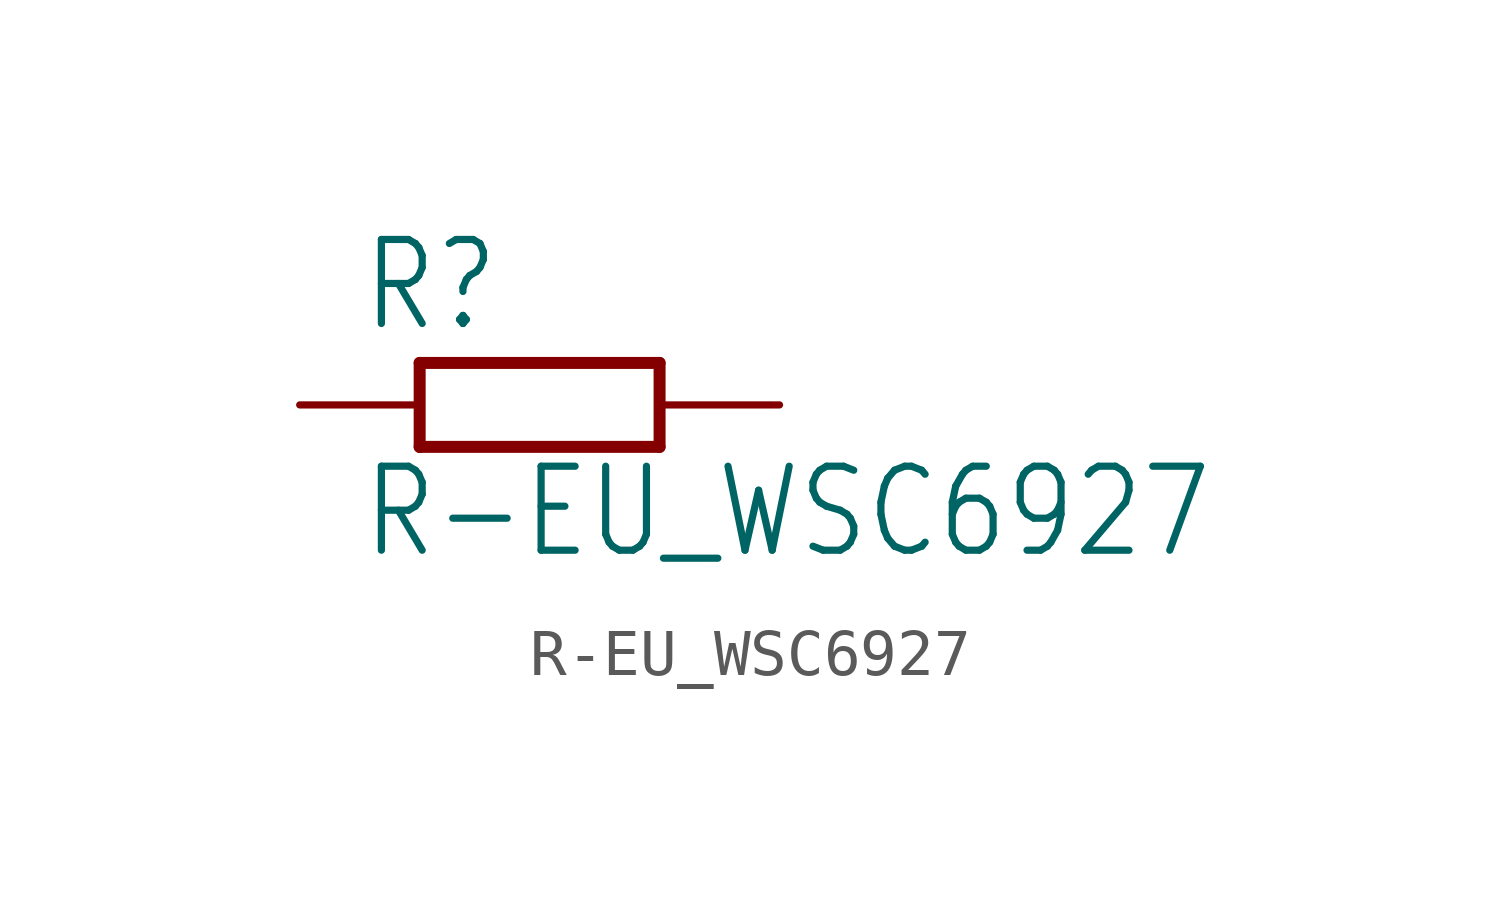
<source format=kicad_sym>
(kicad_symbol_lib
  (version 20210619)
  (generator kicad_symbol_editor)
  (symbol "R-EU_WSC6927"
    (property "Reference" "R"
      (at -3.81 1.499 0)
      (effects (font (size 1.778 1.511)) (justify left bottom)))
    (property "Value" "R-EU_WSC6927"
      (at -3.81 -3.302 0)
      (effects (font (size 1.778 1.511)) (justify left bottom)))
    (property "ki_locked" ""
      (at 0 0 0)
      (effects (font (size 1.27 1.27))))
    (symbol "R-EU_WSC6927_1_0"
      (polyline (pts (xy -2.54 -0.889) (xy -2.54 0.889)) (stroke (width 0.254)) (fill (type none)))
      (polyline (pts (xy -2.54 -0.889) (xy 2.54 -0.889)) (stroke (width 0.254)) (fill (type none)))
      (polyline (pts (xy 2.54 -0.889) (xy 2.54 0.889)) (stroke (width 0.254)) (fill (type none)))
      (polyline (pts (xy 2.54 0.889) (xy -2.54 0.889)) (stroke (width 0.254)) (fill (type none)))
      (pin passive line (at -5.08 0 0) (length 2.54) (name "1" (effects (font (size 0 0)))) (number "1" (effects (font (size 0 0)))))
      (pin passive line (at 5.08 0 180) (length 2.54) (name "2" (effects (font (size 0 0)))) (number "2" (effects (font (size 0 0))))))))
</source>
